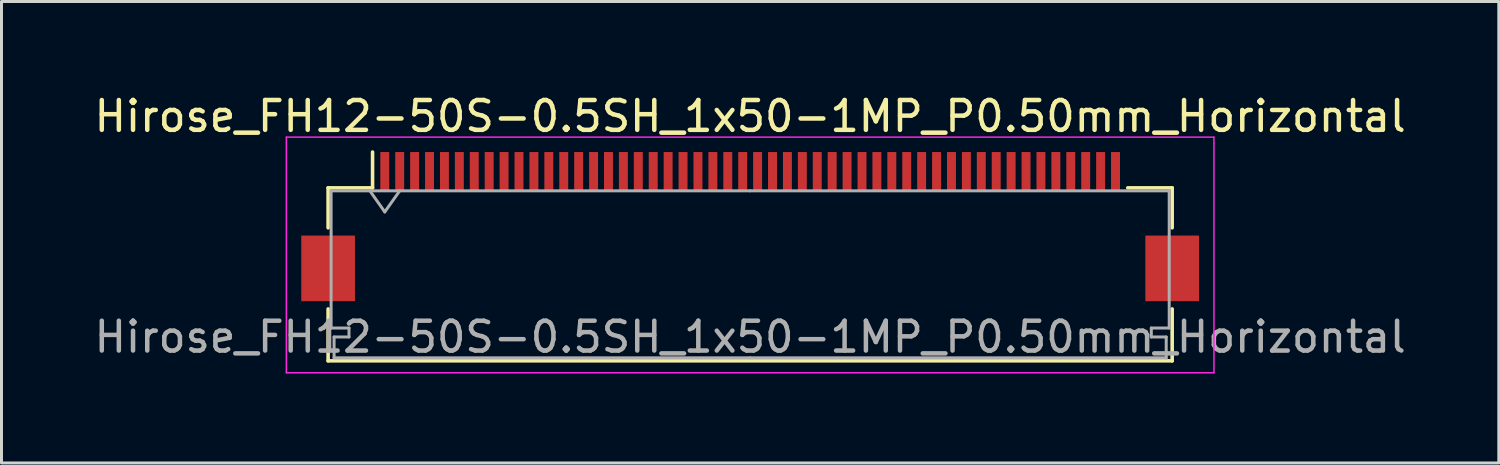
<source format=kicad_pcb>
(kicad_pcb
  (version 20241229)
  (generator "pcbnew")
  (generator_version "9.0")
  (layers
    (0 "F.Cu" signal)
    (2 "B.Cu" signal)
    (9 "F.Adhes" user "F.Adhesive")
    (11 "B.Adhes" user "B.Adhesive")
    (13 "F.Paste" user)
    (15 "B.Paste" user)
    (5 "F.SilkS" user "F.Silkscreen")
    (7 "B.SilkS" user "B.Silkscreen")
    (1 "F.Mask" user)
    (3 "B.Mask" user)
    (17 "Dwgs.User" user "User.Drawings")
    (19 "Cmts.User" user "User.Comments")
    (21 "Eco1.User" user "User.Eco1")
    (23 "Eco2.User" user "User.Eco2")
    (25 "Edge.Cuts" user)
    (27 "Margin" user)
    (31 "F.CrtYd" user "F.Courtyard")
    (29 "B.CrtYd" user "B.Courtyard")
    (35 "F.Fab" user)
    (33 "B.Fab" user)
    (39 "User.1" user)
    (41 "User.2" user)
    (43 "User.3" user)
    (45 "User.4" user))
  (footprint "Hirose_FH12-50S-0.5SH_1x50-1MP_P0.50mm_Horizontal"
    (layer "F.Cu")
    (at 22.101 4.548)
    (property "Reference" "Hirose_FH12-50S-0.5SH_1x50-1MP_P0.50mm_Horizontal" (at 0 -3.7 0) (layer "F.SilkS") (effects (font (size 1 1) (thickness 0.15))))
    (attr smd)
    (fp_line (start -14.15 -1.3) (end -14.15 0.04) (stroke (width 0.12) (type solid)) (layer "F.SilkS"))
    (fp_line (start -14.15 2.76) (end -14.15 4.5) (stroke (width 0.12) (type solid)) (layer "F.SilkS"))
    (fp_line (start -14.15 4.5) (end 14.15 4.5) (stroke (width 0.12) (type solid)) (layer "F.SilkS"))
    (fp_line (start -12.66 -1.3) (end -14.15 -1.3) (stroke (width 0.12) (type solid)) (layer "F.SilkS"))
    (fp_line (start -12.66 -1.3) (end -12.66 -2.5) (stroke (width 0.12) (type solid)) (layer "F.SilkS"))
    (fp_line (start 12.66 -1.3) (end 14.15 -1.3) (stroke (width 0.12) (type solid)) (layer "F.SilkS"))
    (fp_line (start 14.15 -1.3) (end 14.15 0.04) (stroke (width 0.12) (type solid)) (layer "F.SilkS"))
    (fp_line (start 14.15 4.5) (end 14.15 2.76) (stroke (width 0.12) (type solid)) (layer "F.SilkS"))
    (fp_line (start -15.55 -3) (end -15.55 4.9) (stroke (width 0.05) (type solid)) (layer "F.CrtYd"))
    (fp_line (start -15.55 4.9) (end 15.55 4.9) (stroke (width 0.05) (type solid)) (layer "F.CrtYd"))
    (fp_line (start 15.55 -3) (end -15.55 -3) (stroke (width 0.05) (type solid)) (layer "F.CrtYd"))
    (fp_line (start 15.55 4.9) (end 15.55 -3) (stroke (width 0.05) (type solid)) (layer "F.CrtYd"))
    (fp_line (start -14.05 -1.2) (end -14.05 3.4) (stroke (width 0.1) (type solid)) (layer "F.Fab"))
    (fp_line (start -14.05 3.4) (end -13.45 3.4) (stroke (width 0.1) (type solid)) (layer "F.Fab"))
    (fp_line (start -13.95 3.7) (end -13.95 4.4) (stroke (width 0.1) (type solid)) (layer "F.Fab"))
    (fp_line (start -13.95 4.4) (end 0 4.4) (stroke (width 0.1) (type solid)) (layer "F.Fab"))
    (fp_line (start -13.45 3.4) (end -13.45 3.7) (stroke (width 0.1) (type solid)) (layer "F.Fab"))
    (fp_line (start -13.45 3.7) (end -13.95 3.7) (stroke (width 0.1) (type solid)) (layer "F.Fab"))
    (fp_line (start -12.75 -1.2) (end -12.25 -0.493) (stroke (width 0.1) (type solid)) (layer "F.Fab"))
    (fp_line (start -12.25 -0.493) (end -11.75 -1.2) (stroke (width 0.1) (type solid)) (layer "F.Fab"))
    (fp_line (start 0 -1.2) (end -14.05 -1.2) (stroke (width 0.1) (type solid)) (layer "F.Fab"))
    (fp_line (start 0 -1.2) (end 14.05 -1.2) (stroke (width 0.1) (type solid)) (layer "F.Fab"))
    (fp_line (start 13.45 3.4) (end 13.45 3.7) (stroke (width 0.1) (type solid)) (layer "F.Fab"))
    (fp_line (start 13.45 3.7) (end 13.95 3.7) (stroke (width 0.1) (type solid)) (layer "F.Fab"))
    (fp_line (start 13.95 3.7) (end 13.95 4.4) (stroke (width 0.1) (type solid)) (layer "F.Fab"))
    (fp_line (start 13.95 4.4) (end 0 4.4) (stroke (width 0.1) (type solid)) (layer "F.Fab"))
    (fp_line (start 14.05 -1.2) (end 14.05 3.4) (stroke (width 0.1) (type solid)) (layer "F.Fab"))
    (fp_line (start 14.05 3.4) (end 13.45 3.4) (stroke (width 0.1) (type solid)) (layer "F.Fab"))
    (fp_text user "${REFERENCE}" (at 0 3.7 0) (layer "F.Fab") (effects (font (size 1 1) (thickness 0.15))))
    (pad "1" smd rect (at -12.25 -1.85) (size 0.3 1.3) (layers "F.Cu" "F.Mask" "F.Paste"))
    (pad "2" smd rect (at -11.75 -1.85) (size 0.3 1.3) (layers "F.Cu" "F.Mask" "F.Paste"))
    (pad "3" smd rect (at -11.25 -1.85) (size 0.3 1.3) (layers "F.Cu" "F.Mask" "F.Paste"))
    (pad "4" smd rect (at -10.75 -1.85) (size 0.3 1.3) (layers "F.Cu" "F.Mask" "F.Paste"))
    (pad "5" smd rect (at -10.25 -1.85) (size 0.3 1.3) (layers "F.Cu" "F.Mask" "F.Paste"))
    (pad "6" smd rect (at -9.75 -1.85) (size 0.3 1.3) (layers "F.Cu" "F.Mask" "F.Paste"))
    (pad "7" smd rect (at -9.25 -1.85) (size 0.3 1.3) (layers "F.Cu" "F.Mask" "F.Paste"))
    (pad "8" smd rect (at -8.75 -1.85) (size 0.3 1.3) (layers "F.Cu" "F.Mask" "F.Paste"))
    (pad "9" smd rect (at -8.25 -1.85) (size 0.3 1.3) (layers "F.Cu" "F.Mask" "F.Paste"))
    (pad "10" smd rect (at -7.75 -1.85) (size 0.3 1.3) (layers "F.Cu" "F.Mask" "F.Paste"))
    (pad "11" smd rect (at -7.25 -1.85) (size 0.3 1.3) (layers "F.Cu" "F.Mask" "F.Paste"))
    (pad "12" smd rect (at -6.75 -1.85) (size 0.3 1.3) (layers "F.Cu" "F.Mask" "F.Paste"))
    (pad "13" smd rect (at -6.25 -1.85) (size 0.3 1.3) (layers "F.Cu" "F.Mask" "F.Paste"))
    (pad "14" smd rect (at -5.75 -1.85) (size 0.3 1.3) (layers "F.Cu" "F.Mask" "F.Paste"))
    (pad "15" smd rect (at -5.25 -1.85) (size 0.3 1.3) (layers "F.Cu" "F.Mask" "F.Paste"))
    (pad "16" smd rect (at -4.75 -1.85) (size 0.3 1.3) (layers "F.Cu" "F.Mask" "F.Paste"))
    (pad "17" smd rect (at -4.25 -1.85) (size 0.3 1.3) (layers "F.Cu" "F.Mask" "F.Paste"))
    (pad "18" smd rect (at -3.75 -1.85) (size 0.3 1.3) (layers "F.Cu" "F.Mask" "F.Paste"))
    (pad "19" smd rect (at -3.25 -1.85) (size 0.3 1.3) (layers "F.Cu" "F.Mask" "F.Paste"))
    (pad "20" smd rect (at -2.75 -1.85) (size 0.3 1.3) (layers "F.Cu" "F.Mask" "F.Paste"))
    (pad "21" smd rect (at -2.25 -1.85) (size 0.3 1.3) (layers "F.Cu" "F.Mask" "F.Paste"))
    (pad "22" smd rect (at -1.75 -1.85) (size 0.3 1.3) (layers "F.Cu" "F.Mask" "F.Paste"))
    (pad "23" smd rect (at -1.25 -1.85) (size 0.3 1.3) (layers "F.Cu" "F.Mask" "F.Paste"))
    (pad "24" smd rect (at -0.75 -1.85) (size 0.3 1.3) (layers "F.Cu" "F.Mask" "F.Paste"))
    (pad "25" smd rect (at -0.25 -1.85) (size 0.3 1.3) (layers "F.Cu" "F.Mask" "F.Paste"))
    (pad "26" smd rect (at 0.25 -1.85) (size 0.3 1.3) (layers "F.Cu" "F.Mask" "F.Paste"))
    (pad "27" smd rect (at 0.75 -1.85) (size 0.3 1.3) (layers "F.Cu" "F.Mask" "F.Paste"))
    (pad "28" smd rect (at 1.25 -1.85) (size 0.3 1.3) (layers "F.Cu" "F.Mask" "F.Paste"))
    (pad "29" smd rect (at 1.75 -1.85) (size 0.3 1.3) (layers "F.Cu" "F.Mask" "F.Paste"))
    (pad "30" smd rect (at 2.25 -1.85) (size 0.3 1.3) (layers "F.Cu" "F.Mask" "F.Paste"))
    (pad "31" smd rect (at 2.75 -1.85) (size 0.3 1.3) (layers "F.Cu" "F.Mask" "F.Paste"))
    (pad "32" smd rect (at 3.25 -1.85) (size 0.3 1.3) (layers "F.Cu" "F.Mask" "F.Paste"))
    (pad "33" smd rect (at 3.75 -1.85) (size 0.3 1.3) (layers "F.Cu" "F.Mask" "F.Paste"))
    (pad "34" smd rect (at 4.25 -1.85) (size 0.3 1.3) (layers "F.Cu" "F.Mask" "F.Paste"))
    (pad "35" smd rect (at 4.75 -1.85) (size 0.3 1.3) (layers "F.Cu" "F.Mask" "F.Paste"))
    (pad "36" smd rect (at 5.25 -1.85) (size 0.3 1.3) (layers "F.Cu" "F.Mask" "F.Paste"))
    (pad "37" smd rect (at 5.75 -1.85) (size 0.3 1.3) (layers "F.Cu" "F.Mask" "F.Paste"))
    (pad "38" smd rect (at 6.25 -1.85) (size 0.3 1.3) (layers "F.Cu" "F.Mask" "F.Paste"))
    (pad "39" smd rect (at 6.75 -1.85) (size 0.3 1.3) (layers "F.Cu" "F.Mask" "F.Paste"))
    (pad "40" smd rect (at 7.25 -1.85) (size 0.3 1.3) (layers "F.Cu" "F.Mask" "F.Paste"))
    (pad "41" smd rect (at 7.75 -1.85) (size 0.3 1.3) (layers "F.Cu" "F.Mask" "F.Paste"))
    (pad "42" smd rect (at 8.25 -1.85) (size 0.3 1.3) (layers "F.Cu" "F.Mask" "F.Paste"))
    (pad "43" smd rect (at 8.75 -1.85) (size 0.3 1.3) (layers "F.Cu" "F.Mask" "F.Paste"))
    (pad "44" smd rect (at 9.25 -1.85) (size 0.3 1.3) (layers "F.Cu" "F.Mask" "F.Paste"))
    (pad "45" smd rect (at 9.75 -1.85) (size 0.3 1.3) (layers "F.Cu" "F.Mask" "F.Paste"))
    (pad "46" smd rect (at 10.25 -1.85) (size 0.3 1.3) (layers "F.Cu" "F.Mask" "F.Paste"))
    (pad "47" smd rect (at 10.75 -1.85) (size 0.3 1.3) (layers "F.Cu" "F.Mask" "F.Paste"))
    (pad "48" smd rect (at 11.25 -1.85) (size 0.3 1.3) (layers "F.Cu" "F.Mask" "F.Paste"))
    (pad "49" smd rect (at 11.75 -1.85) (size 0.3 1.3) (layers "F.Cu" "F.Mask" "F.Paste"))
    (pad "50" smd rect (at 12.25 -1.85) (size 0.3 1.3) (layers "F.Cu" "F.Mask" "F.Paste"))
    (pad "MP" smd rect (at -14.15 1.4) (size 1.8 2.2) (layers "F.Cu" "F.Mask" "F.Paste"))
    (pad "MP" smd rect (at 14.15 1.4) (size 1.8 2.2) (layers "F.Cu" "F.Mask" "F.Paste")))
  (gr_rect
    (start -3 -3)
    (end 47.202 12.473)
    (stroke (width 0.1) (type default))
    (fill no)
    (layer "Edge.Cuts")))
</source>
